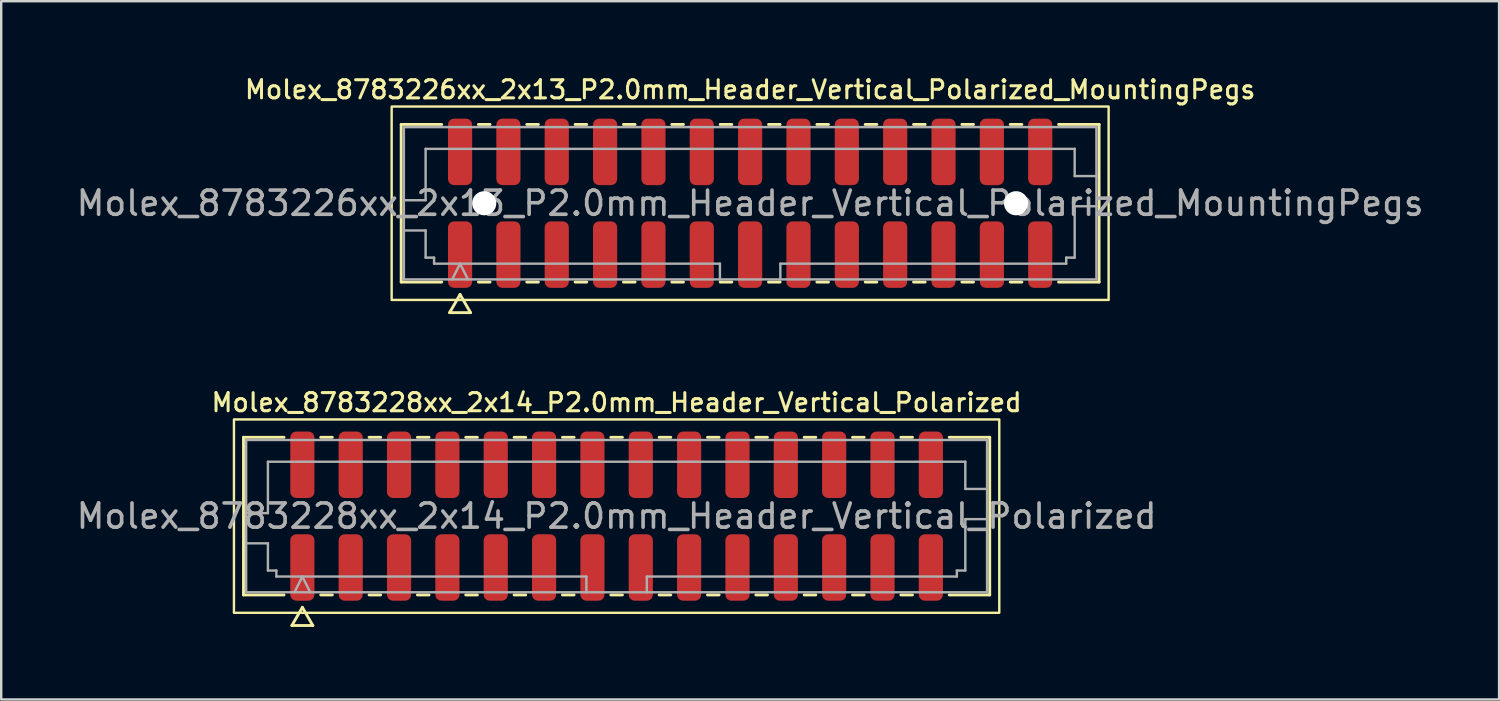
<source format=kicad_pcb>
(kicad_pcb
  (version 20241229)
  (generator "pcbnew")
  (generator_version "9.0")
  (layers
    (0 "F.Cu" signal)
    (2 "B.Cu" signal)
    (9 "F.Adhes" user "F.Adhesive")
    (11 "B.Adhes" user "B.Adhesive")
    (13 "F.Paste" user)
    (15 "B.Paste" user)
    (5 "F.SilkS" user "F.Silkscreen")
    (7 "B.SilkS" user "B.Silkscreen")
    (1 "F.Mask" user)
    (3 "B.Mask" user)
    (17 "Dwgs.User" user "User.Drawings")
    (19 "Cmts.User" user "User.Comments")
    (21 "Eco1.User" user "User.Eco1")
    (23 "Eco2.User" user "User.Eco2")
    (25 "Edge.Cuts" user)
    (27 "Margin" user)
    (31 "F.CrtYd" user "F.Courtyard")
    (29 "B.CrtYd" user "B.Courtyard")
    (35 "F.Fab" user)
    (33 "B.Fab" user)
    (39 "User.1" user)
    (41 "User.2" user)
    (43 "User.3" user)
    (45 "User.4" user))
  (footprint "Molex_8783226xx_2x13_P2.0mm_Header_Vertical_Polarized_MountingPegs"
    (layer "F.Cu")
    (at 27.982 5.358)
    (property "Reference" "Molex_8783226xx_2x13_P2.0mm_Header_Vertical_Polarized_MountingPegs" (at 0 -4.7 0) (layer "F.SilkS") (effects (font (size 0.75 0.75) (thickness 0.125))))
    (attr smd)
    (fp_line (start -14.435 -3.26) (end -12.76 -3.26) (stroke (width 0.12) (type solid)) (layer "F.SilkS"))
    (fp_line (start -14.435 3.26) (end -14.435 -3.26) (stroke (width 0.12) (type solid)) (layer "F.SilkS"))
    (fp_line (start -12.76 3.26) (end -14.435 3.26) (stroke (width 0.12) (type solid)) (layer "F.SilkS"))
    (fp_line (start -12.433 4.525) (end -12 3.775) (stroke (width 0.12) (type solid)) (layer "F.SilkS"))
    (fp_line (start -12 3.775) (end -11.567 4.525) (stroke (width 0.12) (type solid)) (layer "F.SilkS"))
    (fp_line (start -11.567 4.525) (end -12.433 4.525) (stroke (width 0.12) (type solid)) (layer "F.SilkS"))
    (fp_line (start -11.24 -3.26) (end -10.76 -3.26) (stroke (width 0.12) (type solid)) (layer "F.SilkS"))
    (fp_line (start -10.76 3.26) (end -11.24 3.26) (stroke (width 0.12) (type solid)) (layer "F.SilkS"))
    (fp_line (start -9.24 -3.26) (end -8.76 -3.26) (stroke (width 0.12) (type solid)) (layer "F.SilkS"))
    (fp_line (start -8.76 3.26) (end -9.24 3.26) (stroke (width 0.12) (type solid)) (layer "F.SilkS"))
    (fp_line (start -7.24 -3.26) (end -6.76 -3.26) (stroke (width 0.12) (type solid)) (layer "F.SilkS"))
    (fp_line (start -6.76 3.26) (end -7.24 3.26) (stroke (width 0.12) (type solid)) (layer "F.SilkS"))
    (fp_line (start -5.24 -3.26) (end -4.76 -3.26) (stroke (width 0.12) (type solid)) (layer "F.SilkS"))
    (fp_line (start -4.76 3.26) (end -5.24 3.26) (stroke (width 0.12) (type solid)) (layer "F.SilkS"))
    (fp_line (start -3.24 -3.26) (end -2.76 -3.26) (stroke (width 0.12) (type solid)) (layer "F.SilkS"))
    (fp_line (start -2.76 3.26) (end -3.24 3.26) (stroke (width 0.12) (type solid)) (layer "F.SilkS"))
    (fp_line (start -1.24 -3.26) (end -0.76 -3.26) (stroke (width 0.12) (type solid)) (layer "F.SilkS"))
    (fp_line (start -0.76 3.26) (end -1.24 3.26) (stroke (width 0.12) (type solid)) (layer "F.SilkS"))
    (fp_line (start 0.76 -3.26) (end 1.24 -3.26) (stroke (width 0.12) (type solid)) (layer "F.SilkS"))
    (fp_line (start 1.24 3.26) (end 0.76 3.26) (stroke (width 0.12) (type solid)) (layer "F.SilkS"))
    (fp_line (start 2.76 -3.26) (end 3.24 -3.26) (stroke (width 0.12) (type solid)) (layer "F.SilkS"))
    (fp_line (start 3.24 3.26) (end 2.76 3.26) (stroke (width 0.12) (type solid)) (layer "F.SilkS"))
    (fp_line (start 4.76 -3.26) (end 5.24 -3.26) (stroke (width 0.12) (type solid)) (layer "F.SilkS"))
    (fp_line (start 5.24 3.26) (end 4.76 3.26) (stroke (width 0.12) (type solid)) (layer "F.SilkS"))
    (fp_line (start 6.76 -3.26) (end 7.24 -3.26) (stroke (width 0.12) (type solid)) (layer "F.SilkS"))
    (fp_line (start 7.24 3.26) (end 6.76 3.26) (stroke (width 0.12) (type solid)) (layer "F.SilkS"))
    (fp_line (start 8.76 -3.26) (end 9.24 -3.26) (stroke (width 0.12) (type solid)) (layer "F.SilkS"))
    (fp_line (start 9.24 3.26) (end 8.76 3.26) (stroke (width 0.12) (type solid)) (layer "F.SilkS"))
    (fp_line (start 10.76 -3.26) (end 11.24 -3.26) (stroke (width 0.12) (type solid)) (layer "F.SilkS"))
    (fp_line (start 11.24 3.26) (end 10.76 3.26) (stroke (width 0.12) (type solid)) (layer "F.SilkS"))
    (fp_line (start 12.76 -3.26) (end 14.435 -3.26) (stroke (width 0.12) (type solid)) (layer "F.SilkS"))
    (fp_line (start 14.435 -3.26) (end 14.435 3.26) (stroke (width 0.12) (type solid)) (layer "F.SilkS"))
    (fp_line (start 14.435 3.26) (end 12.76 3.26) (stroke (width 0.12) (type solid)) (layer "F.SilkS"))
    (fp_rect (start -14.83 -4) (end 14.83 4) (stroke (width 0.1) (type solid)) (fill no) (layer "F.SilkS"))
    (fp_line (start -14.325 -3.15) (end 14.325 -3.15) (stroke (width 0.1) (type solid)) (layer "F.Fab"))
    (fp_line (start -14.325 -0.125) (end -13.425 -0.125) (stroke (width 0.1) (type solid)) (layer "F.Fab"))
    (fp_line (start -14.325 1.125) (end -13.425 1.125) (stroke (width 0.1) (type solid)) (layer "F.Fab"))
    (fp_line (start -14.325 3.15) (end -14.325 -3.15) (stroke (width 0.1) (type solid)) (layer "F.Fab"))
    (fp_line (start -13.425 -2.25) (end 13.425 -2.25) (stroke (width 0.1) (type solid)) (layer "F.Fab"))
    (fp_line (start -13.425 -0.125) (end -13.425 -2.25) (stroke (width 0.1) (type solid)) (layer "F.Fab"))
    (fp_line (start -13.425 1.125) (end -13.425 2.25) (stroke (width 0.1) (type solid)) (layer "F.Fab"))
    (fp_line (start -13.425 2.25) (end -13.075 2.25) (stroke (width 0.1) (type solid)) (layer "F.Fab"))
    (fp_line (start -13.075 2.25) (end -13.075 2.5) (stroke (width 0.1) (type solid)) (layer "F.Fab"))
    (fp_line (start -13.075 2.5) (end -1.25 2.5) (stroke (width 0.1) (type solid)) (layer "F.Fab"))
    (fp_line (start -12.325 3.15) (end -12 2.5) (stroke (width 0.1) (type solid)) (layer "F.Fab"))
    (fp_line (start -12 2.5) (end -11.675 3.15) (stroke (width 0.1) (type solid)) (layer "F.Fab"))
    (fp_line (start -1.25 2.5) (end -1.25 3.15) (stroke (width 0.1) (type solid)) (layer "F.Fab"))
    (fp_line (start 1.25 2.5) (end 1.25 3.15) (stroke (width 0.1) (type solid)) (layer "F.Fab"))
    (fp_line (start 1.25 2.5) (end 13.075 2.5) (stroke (width 0.1) (type solid)) (layer "F.Fab"))
    (fp_line (start 13.075 2.25) (end 13.425 2.25) (stroke (width 0.1) (type solid)) (layer "F.Fab"))
    (fp_line (start 13.075 2.5) (end 13.075 2.25) (stroke (width 0.1) (type solid)) (layer "F.Fab"))
    (fp_line (start 13.425 -2.25) (end 13.425 -1.125) (stroke (width 0.1) (type solid)) (layer "F.Fab"))
    (fp_line (start 13.425 -1.125) (end 14.325 -1.125) (stroke (width 0.1) (type solid)) (layer "F.Fab"))
    (fp_line (start 13.425 0.125) (end 14.325 0.125) (stroke (width 0.1) (type solid)) (layer "F.Fab"))
    (fp_line (start 13.425 2.25) (end 13.425 0.125) (stroke (width 0.1) (type solid)) (layer "F.Fab"))
    (fp_line (start 14.325 -3.15) (end 14.325 3.15) (stroke (width 0.1) (type solid)) (layer "F.Fab"))
    (fp_line (start 14.325 3.15) (end -14.325 3.15) (stroke (width 0.1) (type solid)) (layer "F.Fab"))
    (fp_text user "${REFERENCE}" (at 0 0 0) (layer "F.Fab") (effects (font (size 1 1) (thickness 0.15))))
    (pad "" np_thru_hole circle (at -11 0) (size 1 1) (drill 1) (layers "*.Cu" "*.Mask"))
    (pad "" np_thru_hole circle (at 11 0) (size 1 1) (drill 1) (layers "*.Cu" "*.Mask"))
    (pad "1" smd roundrect (at -12 2.125) (size 1 2.75) (layers "F.Cu" "F.Mask" "F.Paste") (roundrect_rratio 0.25))
    (pad "2" smd roundrect (at -12 -2.125) (size 1 2.75) (layers "F.Cu" "F.Mask" "F.Paste") (roundrect_rratio 0.25))
    (pad "3" smd roundrect (at -10 2.125) (size 1 2.75) (layers "F.Cu" "F.Mask" "F.Paste") (roundrect_rratio 0.25))
    (pad "4" smd roundrect (at -10 -2.125) (size 1 2.75) (layers "F.Cu" "F.Mask" "F.Paste") (roundrect_rratio 0.25))
    (pad "5" smd roundrect (at -8 2.125) (size 1 2.75) (layers "F.Cu" "F.Mask" "F.Paste") (roundrect_rratio 0.25))
    (pad "6" smd roundrect (at -8 -2.125) (size 1 2.75) (layers "F.Cu" "F.Mask" "F.Paste") (roundrect_rratio 0.25))
    (pad "7" smd roundrect (at -6 2.125) (size 1 2.75) (layers "F.Cu" "F.Mask" "F.Paste") (roundrect_rratio 0.25))
    (pad "8" smd roundrect (at -6 -2.125) (size 1 2.75) (layers "F.Cu" "F.Mask" "F.Paste") (roundrect_rratio 0.25))
    (pad "9" smd roundrect (at -4 2.125) (size 1 2.75) (layers "F.Cu" "F.Mask" "F.Paste") (roundrect_rratio 0.25))
    (pad "10" smd roundrect (at -4 -2.125) (size 1 2.75) (layers "F.Cu" "F.Mask" "F.Paste") (roundrect_rratio 0.25))
    (pad "11" smd roundrect (at -2 2.125) (size 1 2.75) (layers "F.Cu" "F.Mask" "F.Paste") (roundrect_rratio 0.25))
    (pad "12" smd roundrect (at -2 -2.125) (size 1 2.75) (layers "F.Cu" "F.Mask" "F.Paste") (roundrect_rratio 0.25))
    (pad "13" smd roundrect (at 0 2.125) (size 1 2.75) (layers "F.Cu" "F.Mask" "F.Paste") (roundrect_rratio 0.25))
    (pad "14" smd roundrect (at 0 -2.125) (size 1 2.75) (layers "F.Cu" "F.Mask" "F.Paste") (roundrect_rratio 0.25))
    (pad "15" smd roundrect (at 2 2.125) (size 1 2.75) (layers "F.Cu" "F.Mask" "F.Paste") (roundrect_rratio 0.25))
    (pad "16" smd roundrect (at 2 -2.125) (size 1 2.75) (layers "F.Cu" "F.Mask" "F.Paste") (roundrect_rratio 0.25))
    (pad "17" smd roundrect (at 4 2.125) (size 1 2.75) (layers "F.Cu" "F.Mask" "F.Paste") (roundrect_rratio 0.25))
    (pad "18" smd roundrect (at 4 -2.125) (size 1 2.75) (layers "F.Cu" "F.Mask" "F.Paste") (roundrect_rratio 0.25))
    (pad "19" smd roundrect (at 6 2.125) (size 1 2.75) (layers "F.Cu" "F.Mask" "F.Paste") (roundrect_rratio 0.25))
    (pad "20" smd roundrect (at 6 -2.125) (size 1 2.75) (layers "F.Cu" "F.Mask" "F.Paste") (roundrect_rratio 0.25))
    (pad "21" smd roundrect (at 8 2.125) (size 1 2.75) (layers "F.Cu" "F.Mask" "F.Paste") (roundrect_rratio 0.25))
    (pad "22" smd roundrect (at 8 -2.125) (size 1 2.75) (layers "F.Cu" "F.Mask" "F.Paste") (roundrect_rratio 0.25))
    (pad "23" smd roundrect (at 10 2.125) (size 1 2.75) (layers "F.Cu" "F.Mask" "F.Paste") (roundrect_rratio 0.25))
    (pad "24" smd roundrect (at 10 -2.125) (size 1 2.75) (layers "F.Cu" "F.Mask" "F.Paste") (roundrect_rratio 0.25))
    (pad "25" smd roundrect (at 12 2.125) (size 1 2.75) (layers "F.Cu" "F.Mask" "F.Paste") (roundrect_rratio 0.25))
    (pad "26" smd roundrect (at 12 -2.125) (size 1 2.75) (layers "F.Cu" "F.Mask" "F.Paste") (roundrect_rratio 0.25)))
  (footprint "Molex_8783228xx_2x14_P2.0mm_Header_Vertical_Polarized"
    (layer "F.Cu")
    (at 22.458 18.301)
    (property "Reference" "Molex_8783228xx_2x14_P2.0mm_Header_Vertical_Polarized" (at 0 -4.7 0) (layer "F.SilkS") (effects (font (size 0.75 0.75) (thickness 0.125))))
    (attr smd)
    (fp_line (start -15.435 -3.26) (end -13.76 -3.26) (stroke (width 0.12) (type solid)) (layer "F.SilkS"))
    (fp_line (start -15.435 3.26) (end -15.435 -3.26) (stroke (width 0.12) (type solid)) (layer "F.SilkS"))
    (fp_line (start -13.76 3.26) (end -15.435 3.26) (stroke (width 0.12) (type solid)) (layer "F.SilkS"))
    (fp_line (start -13.433 4.525) (end -13 3.775) (stroke (width 0.12) (type solid)) (layer "F.SilkS"))
    (fp_line (start -13 3.775) (end -12.567 4.525) (stroke (width 0.12) (type solid)) (layer "F.SilkS"))
    (fp_line (start -12.567 4.525) (end -13.433 4.525) (stroke (width 0.12) (type solid)) (layer "F.SilkS"))
    (fp_line (start -12.24 -3.26) (end -11.76 -3.26) (stroke (width 0.12) (type solid)) (layer "F.SilkS"))
    (fp_line (start -11.76 3.26) (end -12.24 3.26) (stroke (width 0.12) (type solid)) (layer "F.SilkS"))
    (fp_line (start -10.24 -3.26) (end -9.76 -3.26) (stroke (width 0.12) (type solid)) (layer "F.SilkS"))
    (fp_line (start -9.76 3.26) (end -10.24 3.26) (stroke (width 0.12) (type solid)) (layer "F.SilkS"))
    (fp_line (start -8.24 -3.26) (end -7.76 -3.26) (stroke (width 0.12) (type solid)) (layer "F.SilkS"))
    (fp_line (start -7.76 3.26) (end -8.24 3.26) (stroke (width 0.12) (type solid)) (layer "F.SilkS"))
    (fp_line (start -6.24 -3.26) (end -5.76 -3.26) (stroke (width 0.12) (type solid)) (layer "F.SilkS"))
    (fp_line (start -5.76 3.26) (end -6.24 3.26) (stroke (width 0.12) (type solid)) (layer "F.SilkS"))
    (fp_line (start -4.24 -3.26) (end -3.76 -3.26) (stroke (width 0.12) (type solid)) (layer "F.SilkS"))
    (fp_line (start -3.76 3.26) (end -4.24 3.26) (stroke (width 0.12) (type solid)) (layer "F.SilkS"))
    (fp_line (start -2.24 -3.26) (end -1.76 -3.26) (stroke (width 0.12) (type solid)) (layer "F.SilkS"))
    (fp_line (start -1.76 3.26) (end -2.24 3.26) (stroke (width 0.12) (type solid)) (layer "F.SilkS"))
    (fp_line (start -0.24 -3.26) (end 0.24 -3.26) (stroke (width 0.12) (type solid)) (layer "F.SilkS"))
    (fp_line (start 0.24 3.26) (end -0.24 3.26) (stroke (width 0.12) (type solid)) (layer "F.SilkS"))
    (fp_line (start 1.76 -3.26) (end 2.24 -3.26) (stroke (width 0.12) (type solid)) (layer "F.SilkS"))
    (fp_line (start 2.24 3.26) (end 1.76 3.26) (stroke (width 0.12) (type solid)) (layer "F.SilkS"))
    (fp_line (start 3.76 -3.26) (end 4.24 -3.26) (stroke (width 0.12) (type solid)) (layer "F.SilkS"))
    (fp_line (start 4.24 3.26) (end 3.76 3.26) (stroke (width 0.12) (type solid)) (layer "F.SilkS"))
    (fp_line (start 5.76 -3.26) (end 6.24 -3.26) (stroke (width 0.12) (type solid)) (layer "F.SilkS"))
    (fp_line (start 6.24 3.26) (end 5.76 3.26) (stroke (width 0.12) (type solid)) (layer "F.SilkS"))
    (fp_line (start 7.76 -3.26) (end 8.24 -3.26) (stroke (width 0.12) (type solid)) (layer "F.SilkS"))
    (fp_line (start 8.24 3.26) (end 7.76 3.26) (stroke (width 0.12) (type solid)) (layer "F.SilkS"))
    (fp_line (start 9.76 -3.26) (end 10.24 -3.26) (stroke (width 0.12) (type solid)) (layer "F.SilkS"))
    (fp_line (start 10.24 3.26) (end 9.76 3.26) (stroke (width 0.12) (type solid)) (layer "F.SilkS"))
    (fp_line (start 11.76 -3.26) (end 12.24 -3.26) (stroke (width 0.12) (type solid)) (layer "F.SilkS"))
    (fp_line (start 12.24 3.26) (end 11.76 3.26) (stroke (width 0.12) (type solid)) (layer "F.SilkS"))
    (fp_line (start 13.76 -3.26) (end 15.435 -3.26) (stroke (width 0.12) (type solid)) (layer "F.SilkS"))
    (fp_line (start 15.435 -3.26) (end 15.435 3.26) (stroke (width 0.12) (type solid)) (layer "F.SilkS"))
    (fp_line (start 15.435 3.26) (end 13.76 3.26) (stroke (width 0.12) (type solid)) (layer "F.SilkS"))
    (fp_rect (start -15.83 -4) (end 15.83 4) (stroke (width 0.1) (type solid)) (fill no) (layer "F.SilkS"))
    (fp_line (start -15.325 -3.15) (end 15.325 -3.15) (stroke (width 0.1) (type solid)) (layer "F.Fab"))
    (fp_line (start -15.325 -0.125) (end -14.425 -0.125) (stroke (width 0.1) (type solid)) (layer "F.Fab"))
    (fp_line (start -15.325 1.125) (end -14.425 1.125) (stroke (width 0.1) (type solid)) (layer "F.Fab"))
    (fp_line (start -15.325 3.15) (end -15.325 -3.15) (stroke (width 0.1) (type solid)) (layer "F.Fab"))
    (fp_line (start -14.425 -2.25) (end 14.425 -2.25) (stroke (width 0.1) (type solid)) (layer "F.Fab"))
    (fp_line (start -14.425 -0.125) (end -14.425 -2.25) (stroke (width 0.1) (type solid)) (layer "F.Fab"))
    (fp_line (start -14.425 1.125) (end -14.425 2.25) (stroke (width 0.1) (type solid)) (layer "F.Fab"))
    (fp_line (start -14.425 2.25) (end -14.075 2.25) (stroke (width 0.1) (type solid)) (layer "F.Fab"))
    (fp_line (start -14.075 2.25) (end -14.075 2.5) (stroke (width 0.1) (type solid)) (layer "F.Fab"))
    (fp_line (start -14.075 2.5) (end -1.25 2.5) (stroke (width 0.1) (type solid)) (layer "F.Fab"))
    (fp_line (start -13.325 3.15) (end -13 2.5) (stroke (width 0.1) (type solid)) (layer "F.Fab"))
    (fp_line (start -13 2.5) (end -12.675 3.15) (stroke (width 0.1) (type solid)) (layer "F.Fab"))
    (fp_line (start -1.25 2.5) (end -1.25 3.15) (stroke (width 0.1) (type solid)) (layer "F.Fab"))
    (fp_line (start 1.25 2.5) (end 1.25 3.15) (stroke (width 0.1) (type solid)) (layer "F.Fab"))
    (fp_line (start 1.25 2.5) (end 14.075 2.5) (stroke (width 0.1) (type solid)) (layer "F.Fab"))
    (fp_line (start 14.075 2.25) (end 14.425 2.25) (stroke (width 0.1) (type solid)) (layer "F.Fab"))
    (fp_line (start 14.075 2.5) (end 14.075 2.25) (stroke (width 0.1) (type solid)) (layer "F.Fab"))
    (fp_line (start 14.425 -2.25) (end 14.425 -1.125) (stroke (width 0.1) (type solid)) (layer "F.Fab"))
    (fp_line (start 14.425 -1.125) (end 15.325 -1.125) (stroke (width 0.1) (type solid)) (layer "F.Fab"))
    (fp_line (start 14.425 0.125) (end 15.325 0.125) (stroke (width 0.1) (type solid)) (layer "F.Fab"))
    (fp_line (start 14.425 2.25) (end 14.425 0.125) (stroke (width 0.1) (type solid)) (layer "F.Fab"))
    (fp_line (start 15.325 -3.15) (end 15.325 3.15) (stroke (width 0.1) (type solid)) (layer "F.Fab"))
    (fp_line (start 15.325 3.15) (end -15.325 3.15) (stroke (width 0.1) (type solid)) (layer "F.Fab"))
    (fp_text user "${REFERENCE}" (at 0 0 0) (layer "F.Fab") (effects (font (size 1 1) (thickness 0.15))))
    (pad "1" smd roundrect (at -13 2.125) (size 1 2.75) (layers "F.Cu" "F.Mask" "F.Paste") (roundrect_rratio 0.25))
    (pad "2" smd roundrect (at -13 -2.125) (size 1 2.75) (layers "F.Cu" "F.Mask" "F.Paste") (roundrect_rratio 0.25))
    (pad "3" smd roundrect (at -11 2.125) (size 1 2.75) (layers "F.Cu" "F.Mask" "F.Paste") (roundrect_rratio 0.25))
    (pad "4" smd roundrect (at -11 -2.125) (size 1 2.75) (layers "F.Cu" "F.Mask" "F.Paste") (roundrect_rratio 0.25))
    (pad "5" smd roundrect (at -9 2.125) (size 1 2.75) (layers "F.Cu" "F.Mask" "F.Paste") (roundrect_rratio 0.25))
    (pad "6" smd roundrect (at -9 -2.125) (size 1 2.75) (layers "F.Cu" "F.Mask" "F.Paste") (roundrect_rratio 0.25))
    (pad "7" smd roundrect (at -7 2.125) (size 1 2.75) (layers "F.Cu" "F.Mask" "F.Paste") (roundrect_rratio 0.25))
    (pad "8" smd roundrect (at -7 -2.125) (size 1 2.75) (layers "F.Cu" "F.Mask" "F.Paste") (roundrect_rratio 0.25))
    (pad "9" smd roundrect (at -5 2.125) (size 1 2.75) (layers "F.Cu" "F.Mask" "F.Paste") (roundrect_rratio 0.25))
    (pad "10" smd roundrect (at -5 -2.125) (size 1 2.75) (layers "F.Cu" "F.Mask" "F.Paste") (roundrect_rratio 0.25))
    (pad "11" smd roundrect (at -3 2.125) (size 1 2.75) (layers "F.Cu" "F.Mask" "F.Paste") (roundrect_rratio 0.25))
    (pad "12" smd roundrect (at -3 -2.125) (size 1 2.75) (layers "F.Cu" "F.Mask" "F.Paste") (roundrect_rratio 0.25))
    (pad "13" smd roundrect (at -1 2.125) (size 1 2.75) (layers "F.Cu" "F.Mask" "F.Paste") (roundrect_rratio 0.25))
    (pad "14" smd roundrect (at -1 -2.125) (size 1 2.75) (layers "F.Cu" "F.Mask" "F.Paste") (roundrect_rratio 0.25))
    (pad "15" smd roundrect (at 1 2.125) (size 1 2.75) (layers "F.Cu" "F.Mask" "F.Paste") (roundrect_rratio 0.25))
    (pad "16" smd roundrect (at 1 -2.125) (size 1 2.75) (layers "F.Cu" "F.Mask" "F.Paste") (roundrect_rratio 0.25))
    (pad "17" smd roundrect (at 3 2.125) (size 1 2.75) (layers "F.Cu" "F.Mask" "F.Paste") (roundrect_rratio 0.25))
    (pad "18" smd roundrect (at 3 -2.125) (size 1 2.75) (layers "F.Cu" "F.Mask" "F.Paste") (roundrect_rratio 0.25))
    (pad "19" smd roundrect (at 5 2.125) (size 1 2.75) (layers "F.Cu" "F.Mask" "F.Paste") (roundrect_rratio 0.25))
    (pad "20" smd roundrect (at 5 -2.125) (size 1 2.75) (layers "F.Cu" "F.Mask" "F.Paste") (roundrect_rratio 0.25))
    (pad "21" smd roundrect (at 7 2.125) (size 1 2.75) (layers "F.Cu" "F.Mask" "F.Paste") (roundrect_rratio 0.25))
    (pad "22" smd roundrect (at 7 -2.125) (size 1 2.75) (layers "F.Cu" "F.Mask" "F.Paste") (roundrect_rratio 0.25))
    (pad "23" smd roundrect (at 9 2.125) (size 1 2.75) (layers "F.Cu" "F.Mask" "F.Paste") (roundrect_rratio 0.25))
    (pad "24" smd roundrect (at 9 -2.125) (size 1 2.75) (layers "F.Cu" "F.Mask" "F.Paste") (roundrect_rratio 0.25))
    (pad "25" smd roundrect (at 11 2.125) (size 1 2.75) (layers "F.Cu" "F.Mask" "F.Paste") (roundrect_rratio 0.25))
    (pad "26" smd roundrect (at 11 -2.125) (size 1 2.75) (layers "F.Cu" "F.Mask" "F.Paste") (roundrect_rratio 0.25))
    (pad "27" smd roundrect (at 13 2.125) (size 1 2.75) (layers "F.Cu" "F.Mask" "F.Paste") (roundrect_rratio 0.25))
    (pad "28" smd roundrect (at 13 -2.125) (size 1 2.75) (layers "F.Cu" "F.Mask" "F.Paste") (roundrect_rratio 0.25)))
  (gr_rect
    (start -3 -3)
    (end 58.964 25.886)
    (stroke (width 0.1) (type default))
    (fill no)
    (layer "Edge.Cuts")))
</source>
